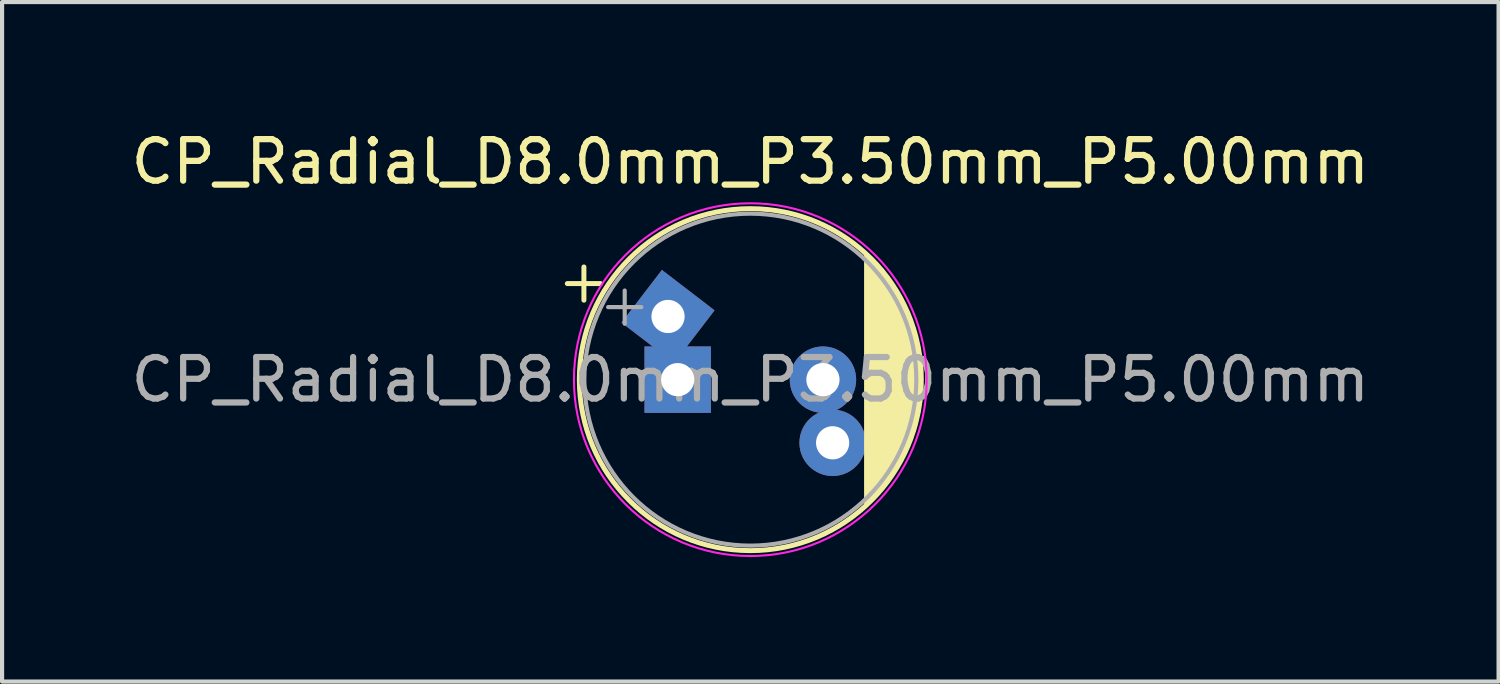
<source format=kicad_pcb>
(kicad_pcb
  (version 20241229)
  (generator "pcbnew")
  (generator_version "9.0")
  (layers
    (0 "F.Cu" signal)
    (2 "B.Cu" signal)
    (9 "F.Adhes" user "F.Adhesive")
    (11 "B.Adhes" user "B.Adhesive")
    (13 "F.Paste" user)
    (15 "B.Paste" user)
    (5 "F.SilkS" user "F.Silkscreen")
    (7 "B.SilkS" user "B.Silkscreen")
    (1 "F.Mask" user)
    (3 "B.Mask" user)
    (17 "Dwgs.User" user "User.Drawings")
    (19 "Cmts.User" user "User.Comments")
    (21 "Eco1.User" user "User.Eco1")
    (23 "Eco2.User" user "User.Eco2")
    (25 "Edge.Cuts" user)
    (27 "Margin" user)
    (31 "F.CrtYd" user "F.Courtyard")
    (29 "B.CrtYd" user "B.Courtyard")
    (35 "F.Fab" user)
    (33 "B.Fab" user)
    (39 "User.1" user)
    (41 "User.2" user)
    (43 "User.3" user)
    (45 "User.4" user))
  (footprint "CP_Radial_D8.0mm_P3.50mm_P5.00mm"
    (layer "F.Cu")
    (at 13.28 6.098)
    (property "Reference" "CP_Radial_D8.0mm_P3.50mm_P5.00mm" (at 1.75 -5.25 0) (layer "F.SilkS") (effects (font (size 1 1) (thickness 0.15))))
    (attr through_hole)
    (fp_line (start -2.66 -2.315) (end -1.86 -2.315) (stroke (width 0.12) (type solid)) (layer "F.SilkS"))
    (fp_line (start -2.26 -2.715) (end -2.26 -1.915) (stroke (width 0.12) (type solid)) (layer "F.SilkS"))
    (fp_line (start 4.551 -2.983) (end 4.551 2.983) (stroke (width 0.12) (type solid)) (layer "F.SilkS"))
    (fp_line (start 4.591 -2.945) (end 4.591 2.945) (stroke (width 0.12) (type solid)) (layer "F.SilkS"))
    (fp_line (start 4.631 -2.907) (end 4.631 2.907) (stroke (width 0.12) (type solid)) (layer "F.SilkS"))
    (fp_line (start 4.671 -2.867) (end 4.671 2.867) (stroke (width 0.12) (type solid)) (layer "F.SilkS"))
    (fp_line (start 4.711 -2.826) (end 4.711 2.826) (stroke (width 0.12) (type solid)) (layer "F.SilkS"))
    (fp_line (start 4.751 -2.784) (end 4.751 2.784) (stroke (width 0.12) (type solid)) (layer "F.SilkS"))
    (fp_line (start 4.791 -2.741) (end 4.791 2.741) (stroke (width 0.12) (type solid)) (layer "F.SilkS"))
    (fp_line (start 4.831 -2.697) (end 4.831 2.697) (stroke (width 0.12) (type solid)) (layer "F.SilkS"))
    (fp_line (start 4.871 -2.651) (end 4.871 2.651) (stroke (width 0.12) (type solid)) (layer "F.SilkS"))
    (fp_line (start 4.911 -2.604) (end 4.911 2.604) (stroke (width 0.12) (type solid)) (layer "F.SilkS"))
    (fp_line (start 4.951 -2.556) (end 4.951 2.556) (stroke (width 0.12) (type solid)) (layer "F.SilkS"))
    (fp_line (start 4.991 -2.505) (end 4.991 2.505) (stroke (width 0.12) (type solid)) (layer "F.SilkS"))
    (fp_line (start 5.031 -2.454) (end 5.031 2.454) (stroke (width 0.12) (type solid)) (layer "F.SilkS"))
    (fp_line (start 5.071 -2.4) (end 5.071 2.4) (stroke (width 0.12) (type solid)) (layer "F.SilkS"))
    (fp_line (start 5.111 -2.345) (end 5.111 2.345) (stroke (width 0.12) (type solid)) (layer "F.SilkS"))
    (fp_line (start 5.151 -2.287) (end 5.151 2.287) (stroke (width 0.12) (type solid)) (layer "F.SilkS"))
    (fp_line (start 5.191 -2.228) (end 5.191 2.228) (stroke (width 0.12) (type solid)) (layer "F.SilkS"))
    (fp_line (start 5.231 -2.166) (end 5.231 2.166) (stroke (width 0.12) (type solid)) (layer "F.SilkS"))
    (fp_line (start 5.271 -2.102) (end 5.271 2.102) (stroke (width 0.12) (type solid)) (layer "F.SilkS"))
    (fp_line (start 5.311 -2.034) (end 5.311 2.034) (stroke (width 0.12) (type solid)) (layer "F.SilkS"))
    (fp_line (start 5.351 -1.964) (end 5.351 1.964) (stroke (width 0.12) (type solid)) (layer "F.SilkS"))
    (fp_line (start 5.391 -1.89) (end 5.391 1.89) (stroke (width 0.12) (type solid)) (layer "F.SilkS"))
    (fp_line (start 5.431 -1.813) (end 5.431 1.813) (stroke (width 0.12) (type solid)) (layer "F.SilkS"))
    (fp_line (start 5.471 -1.731) (end 5.471 1.731) (stroke (width 0.12) (type solid)) (layer "F.SilkS"))
    (fp_line (start 5.511 -1.645) (end 5.511 1.645) (stroke (width 0.12) (type solid)) (layer "F.SilkS"))
    (fp_line (start 5.551 -1.552) (end 5.551 1.552) (stroke (width 0.12) (type solid)) (layer "F.SilkS"))
    (fp_line (start 5.591 -1.453) (end 5.591 1.453) (stroke (width 0.12) (type solid)) (layer "F.SilkS"))
    (fp_line (start 5.631 -1.346) (end 5.631 1.346) (stroke (width 0.12) (type solid)) (layer "F.SilkS"))
    (fp_line (start 5.671 -1.229) (end 5.671 1.229) (stroke (width 0.12) (type solid)) (layer "F.SilkS"))
    (fp_line (start 5.711 -1.098) (end 5.711 1.098) (stroke (width 0.12) (type solid)) (layer "F.SilkS"))
    (fp_line (start 5.751 -0.948) (end 5.751 0.948) (stroke (width 0.12) (type solid)) (layer "F.SilkS"))
    (fp_line (start 5.791 -0.768) (end 5.791 0.768) (stroke (width 0.12) (type solid)) (layer "F.SilkS"))
    (fp_line (start 5.831 -0.533) (end 5.831 0.533) (stroke (width 0.12) (type solid)) (layer "F.SilkS"))
    (fp_circle (center 1.75 0) (end 5.87 0) (stroke (width 0.12) (type solid)) (fill no) (layer "F.SilkS"))
    (fp_circle (center 1.75 0) (end 6 0) (stroke (width 0.05) (type solid)) (fill no) (layer "F.CrtYd"))
    (fp_line (start -1.677 -1.748) (end -0.877 -1.748) (stroke (width 0.1) (type solid)) (layer "F.Fab"))
    (fp_line (start -1.277 -2.147) (end -1.277 -1.347) (stroke (width 0.1) (type solid)) (layer "F.Fab"))
    (fp_circle (center 1.75 0) (end 5.75 0) (stroke (width 0.1) (type solid)) (fill no) (layer "F.Fab"))
    (fp_text user "${REFERENCE}" (at 1.75 0 0) (layer "F.Fab") (effects (font (size 1 1) (thickness 0.15))))
    (pad "1" thru_hole rect (at -0.233 -1.522 322.5) (size 1.6 1.6) (drill 0.8) (layers "*.Cu" "*.Mask"))
    (pad "1" thru_hole rect (at 0 0) (size 1.6 1.6) (drill 0.8) (layers "*.Cu" "*.Mask"))
    (pad "2" thru_hole circle (at 3.5 0 45) (size 1.6 1.6) (drill 0.8) (layers "*.Cu" "*.Mask"))
    (pad "2" thru_hole circle (at 3.733 1.522 45) (size 1.6 1.6) (drill 0.8) (layers "*.Cu" "*.Mask")))
  (gr_rect
    (start -3 -3)
    (end 33.06 13.373)
    (stroke (width 0.1) (type default))
    (fill no)
    (layer "Edge.Cuts")))
</source>
